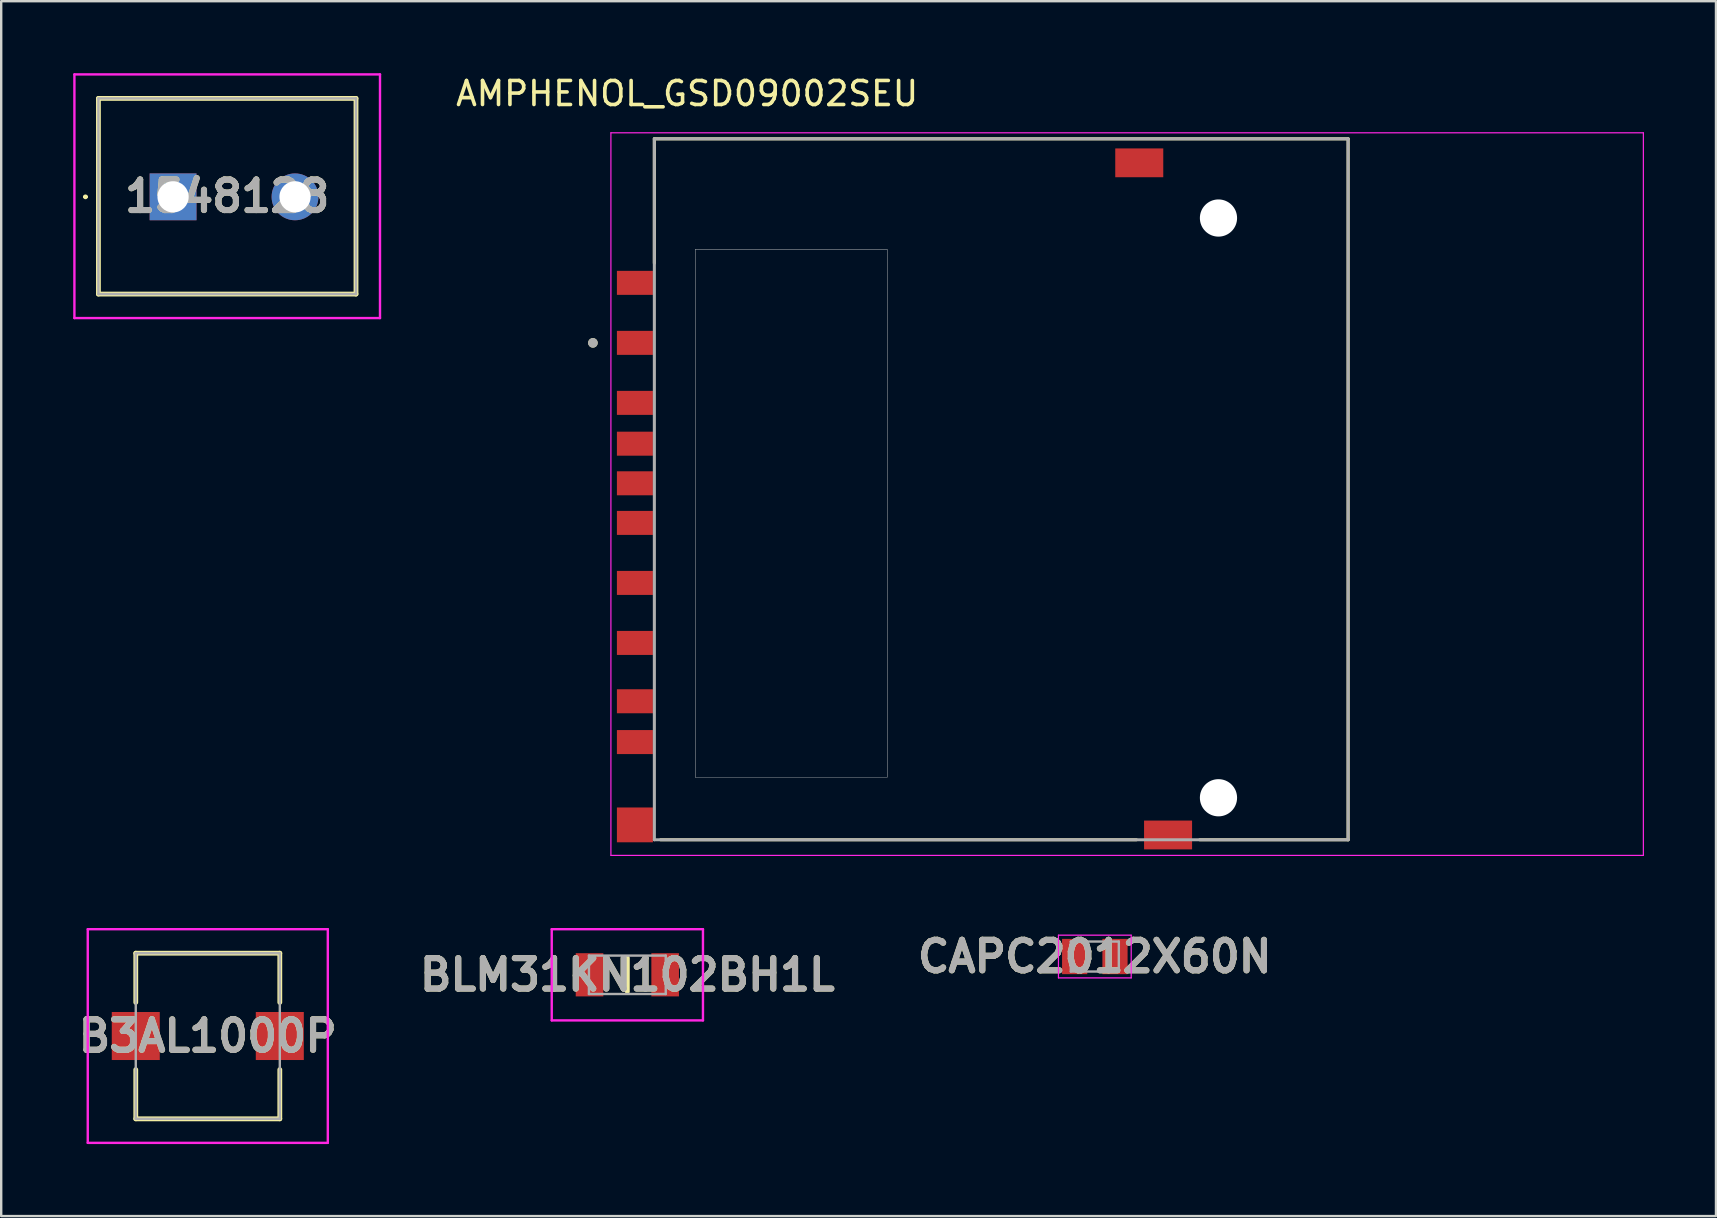
<source format=kicad_pcb>
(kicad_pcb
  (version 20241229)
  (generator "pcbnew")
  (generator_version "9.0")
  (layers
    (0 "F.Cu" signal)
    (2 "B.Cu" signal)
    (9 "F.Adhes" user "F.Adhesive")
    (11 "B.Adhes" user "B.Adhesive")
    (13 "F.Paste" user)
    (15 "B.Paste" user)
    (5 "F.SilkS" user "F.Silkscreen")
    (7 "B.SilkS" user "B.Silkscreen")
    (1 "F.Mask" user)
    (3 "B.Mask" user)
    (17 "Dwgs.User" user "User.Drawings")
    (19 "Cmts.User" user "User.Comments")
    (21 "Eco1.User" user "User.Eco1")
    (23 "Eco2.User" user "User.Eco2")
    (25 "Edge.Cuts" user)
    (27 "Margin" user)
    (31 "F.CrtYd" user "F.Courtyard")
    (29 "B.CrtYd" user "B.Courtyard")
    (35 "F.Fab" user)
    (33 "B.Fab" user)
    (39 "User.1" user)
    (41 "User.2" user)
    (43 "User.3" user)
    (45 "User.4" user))
  (footprint "B3AL1000P"
    (layer "F.Cu")
    (at 5.606 40.108)
    (property "Reference" "B3AL1000P" (at 0 0 0) (layer "F.SilkS") (effects (font (size 1.27 1.27) (thickness 0.254))))
    (attr smd)
    (fp_line (start -3 -3.45) (end -3 -1.4) (stroke (width 0.2) (type solid)) (layer "F.SilkS"))
    (fp_line (start -3 3.45) (end -3 1.4) (stroke (width 0.2) (type solid)) (layer "F.SilkS"))
    (fp_line (start 3 -3.45) (end -3 -3.45) (stroke (width 0.2) (type solid)) (layer "F.SilkS"))
    (fp_line (start 3 -1.4) (end 3 -3.45) (stroke (width 0.2) (type solid)) (layer "F.SilkS"))
    (fp_line (start 3 1.4) (end 3 3.45) (stroke (width 0.2) (type solid)) (layer "F.SilkS"))
    (fp_line (start 3 3.45) (end -3 3.45) (stroke (width 0.2) (type solid)) (layer "F.SilkS"))
    (fp_line (start 4.4 0) (end 4.4 0) (stroke (width 0.1) (type solid)) (layer "F.SilkS"))
    (fp_line (start 4.5 0) (end 4.5 0) (stroke (width 0.1) (type solid)) (layer "F.SilkS"))
    (fp_arc (start 4.4 0) (mid 4.45 -0.05) (end 4.5 0) (stroke (width 0.1) (type solid)) (layer "F.SilkS"))
    (fp_arc (start 4.5 0) (mid 4.45 0.05) (end 4.4 0) (stroke (width 0.1) (type solid)) (layer "F.SilkS"))
    (fp_line (start -5 -4.45) (end -5 4.45) (stroke (width 0.1) (type solid)) (layer "F.CrtYd"))
    (fp_line (start -5 4.45) (end 5 4.45) (stroke (width 0.1) (type solid)) (layer "F.CrtYd"))
    (fp_line (start 5 -4.45) (end -5 -4.45) (stroke (width 0.1) (type solid)) (layer "F.CrtYd"))
    (fp_line (start 5 4.45) (end 5 -4.45) (stroke (width 0.1) (type solid)) (layer "F.CrtYd"))
    (fp_line (start -3 -3.45) (end -3 3.45) (stroke (width 0.1) (type solid)) (layer "F.Fab"))
    (fp_line (start -3 3.45) (end 3 3.45) (stroke (width 0.1) (type solid)) (layer "F.Fab"))
    (fp_line (start 3 -3.45) (end -3 -3.45) (stroke (width 0.1) (type solid)) (layer "F.Fab"))
    (fp_line (start 3 3.45) (end 3 -3.45) (stroke (width 0.1) (type solid)) (layer "F.Fab"))
    (fp_text user "${REFERENCE}" (at 0 0 0) (layer "F.Fab") (effects (font (size 1.27 1.27) (thickness 0.254))))
    (pad "1" smd rect (at 3 0 90) (size 2 2) (layers "F.Cu" "F.Mask" "F.Paste"))
    (pad "2" smd rect (at -3 0 90) (size 2 2) (layers "F.Cu" "F.Mask" "F.Paste")))
  (footprint "1548128"
    (layer "F.Cu")
    (at 4.16 5.15)
    (property "Reference" "1548128" (at 2.255 -0.025 0) (layer "F.SilkS") (effects (font (size 1.27 1.27) (thickness 0.254))))
    (attr through_hole)
    (fp_line (start -3.7 0) (end -3.7 0) (stroke (width 0.1) (type solid)) (layer "F.SilkS"))
    (fp_line (start -3.6 0) (end -3.6 0) (stroke (width 0.1) (type solid)) (layer "F.SilkS"))
    (fp_line (start -3.11 -4.1) (end 7.62 -4.1) (stroke (width 0.2) (type solid)) (layer "F.SilkS"))
    (fp_line (start -3.11 4.05) (end -3.11 -4.1) (stroke (width 0.2) (type solid)) (layer "F.SilkS"))
    (fp_line (start 7.62 -4.1) (end 7.62 4.05) (stroke (width 0.2) (type solid)) (layer "F.SilkS"))
    (fp_line (start 7.62 4.05) (end -3.11 4.05) (stroke (width 0.2) (type solid)) (layer "F.SilkS"))
    (fp_arc (start -3.7 0) (mid -3.65 -0.05) (end -3.6 0) (stroke (width 0.1) (type solid)) (layer "F.SilkS"))
    (fp_arc (start -3.6 0) (mid -3.65 0.05) (end -3.7 0) (stroke (width 0.1) (type solid)) (layer "F.SilkS"))
    (fp_line (start -4.11 -5.1) (end 8.62 -5.1) (stroke (width 0.1) (type solid)) (layer "F.CrtYd"))
    (fp_line (start -4.11 5.05) (end -4.11 -5.1) (stroke (width 0.1) (type solid)) (layer "F.CrtYd"))
    (fp_line (start 8.62 -5.1) (end 8.62 5.05) (stroke (width 0.1) (type solid)) (layer "F.CrtYd"))
    (fp_line (start 8.62 5.05) (end -4.11 5.05) (stroke (width 0.1) (type solid)) (layer "F.CrtYd"))
    (fp_line (start -3.11 -4.1) (end 7.62 -4.1) (stroke (width 0.1) (type solid)) (layer "F.Fab"))
    (fp_line (start -3.11 4.05) (end -3.11 -4.1) (stroke (width 0.1) (type solid)) (layer "F.Fab"))
    (fp_line (start 7.62 -4.1) (end 7.62 4.05) (stroke (width 0.1) (type solid)) (layer "F.Fab"))
    (fp_line (start 7.62 4.05) (end -3.11 4.05) (stroke (width 0.1) (type solid)) (layer "F.Fab"))
    (fp_text user "${REFERENCE}" (at 2.255 -0.025 0) (layer "F.Fab") (effects (font (size 1.27 1.27) (thickness 0.254))))
    (pad "1" thru_hole rect (at 0 0) (size 1.95 1.95) (drill 1.3) (layers "*.Cu" "*.Mask"))
    (pad "2" thru_hole circle (at 5.08 0) (size 1.95 1.95) (drill 1.3) (layers "*.Cu" "*.Mask")))
  (footprint "CAPC2012X60N"
    (layer "F.Cu")
    (at 42.558 36.797)
    (property "Reference" "CAPC2012X60N" (at 0 0 0) (layer "F.SilkS") (effects (font (size 1.27 1.27) (thickness 0.254))))
    (attr smd)
    (fp_line (start -1.515 -0.89) (end 1.515 -0.89) (stroke (width 0.05) (type solid)) (layer "F.CrtYd"))
    (fp_line (start -1.515 0.89) (end -1.515 -0.89) (stroke (width 0.05) (type solid)) (layer "F.CrtYd"))
    (fp_line (start 1.515 -0.89) (end 1.515 0.89) (stroke (width 0.05) (type solid)) (layer "F.CrtYd"))
    (fp_line (start 1.515 0.89) (end -1.515 0.89) (stroke (width 0.05) (type solid)) (layer "F.CrtYd"))
    (fp_line (start -1 -0.625) (end 1 -0.625) (stroke (width 0.1) (type solid)) (layer "F.Fab"))
    (fp_line (start -1 0.625) (end -1 -0.625) (stroke (width 0.1) (type solid)) (layer "F.Fab"))
    (fp_line (start 1 -0.625) (end 1 0.625) (stroke (width 0.1) (type solid)) (layer "F.Fab"))
    (fp_line (start 1 0.625) (end -1 0.625) (stroke (width 0.1) (type solid)) (layer "F.Fab"))
    (fp_text user "${REFERENCE}" (at 0 0 0) (layer "F.Fab") (effects (font (size 1.27 1.27) (thickness 0.254))))
    (pad "1" smd rect (at -0.84 0) (size 1.05 1.47) (layers "F.Cu" "F.Mask" "F.Paste"))
    (pad "2" smd rect (at 0.84 0) (size 1.05 1.47) (layers "F.Cu" "F.Mask" "F.Paste")))
  (footprint "BLM31KN102BH1L"
    (layer "F.Cu")
    (at 23.084 37.558)
    (property "Reference" "BLM31KN102BH1L" (at 0 0 0) (layer "F.SilkS") (effects (font (size 1.27 1.27) (thickness 0.254))))
    (attr smd)
    (fp_line (start 0 -0.7) (end 0 0.7) (stroke (width 0.2) (type solid)) (layer "F.SilkS"))
    (fp_line (start -3.15 -1.9) (end 3.15 -1.9) (stroke (width 0.1) (type solid)) (layer "F.CrtYd"))
    (fp_line (start -3.15 1.9) (end -3.15 -1.9) (stroke (width 0.1) (type solid)) (layer "F.CrtYd"))
    (fp_line (start 3.15 -1.9) (end 3.15 1.9) (stroke (width 0.1) (type solid)) (layer "F.CrtYd"))
    (fp_line (start 3.15 1.9) (end -3.15 1.9) (stroke (width 0.1) (type solid)) (layer "F.CrtYd"))
    (fp_line (start -1.6 -0.8) (end 1.6 -0.8) (stroke (width 0.1) (type solid)) (layer "F.Fab"))
    (fp_line (start -1.6 0.8) (end -1.6 -0.8) (stroke (width 0.1) (type solid)) (layer "F.Fab"))
    (fp_line (start 1.6 -0.8) (end 1.6 0.8) (stroke (width 0.1) (type solid)) (layer "F.Fab"))
    (fp_line (start 1.6 0.8) (end -1.6 0.8) (stroke (width 0.1) (type solid)) (layer "F.Fab"))
    (fp_text user "${REFERENCE}" (at 0 0 0) (layer "F.Fab") (effects (font (size 1.27 1.27) (thickness 0.254))))
    (pad "1" smd rect (at -1.575 0) (size 1.15 1.8) (layers "F.Cu" "F.Mask" "F.Paste"))
    (pad "2" smd rect (at 1.575 0) (size 1.15 1.8) (layers "F.Cu" "F.Mask" "F.Paste")))
  (footprint "AMPHENOL_GSD09002SEU"
    (layer "F.Cu")
    (at 47.709 17.333)
    (property "Reference" "AMPHENOL_GSD09002SEU" (at -22.135 -16.485 0) (layer "F.SilkS") (effects (font (size 1 1) (thickness 0.15))))
    (attr smd)
    (fp_line (start -23.5 -14.6) (end 5.4 -14.6) (stroke (width 0.127) (type solid)) (layer "F.SilkS"))
    (fp_line (start -23.5 -9.42) (end -23.5 -14.6) (stroke (width 0.127) (type solid)) (layer "F.SilkS"))
    (fp_line (start -23.24 14.6) (end -3.42 14.6) (stroke (width 0.127) (type solid)) (layer "F.SilkS"))
    (fp_line (start 5.4 -14.6) (end 5.4 14.6) (stroke (width 0.127) (type solid)) (layer "F.SilkS"))
    (fp_line (start 5.4 14.6) (end -0.78 14.6) (stroke (width 0.127) (type solid)) (layer "F.SilkS"))
    (fp_circle (center -26.06 -6.1) (end -25.96 -6.1) (stroke (width 0.2) (type solid)) (fill no) (layer "F.SilkS"))
    (fp_poly (pts (xy -21.8 -10) (xy -13.8 -10) (xy -13.8 12) (xy -21.8 12)) (stroke (width 0.01) (type solid)) (fill no) (layer "Dwgs.User"))
    (fp_poly (pts (xy -21.8 -10) (xy -13.8 -10) (xy -13.8 12) (xy -21.8 12)) (stroke (width 0.01) (type solid)) (fill no) (layer "Dwgs.User"))
    (fp_line (start -25.31 -14.85) (end -25.31 15.25) (stroke (width 0.05) (type solid)) (layer "F.CrtYd"))
    (fp_line (start -25.31 15.25) (end 17.7 15.25) (stroke (width 0.05) (type solid)) (layer "F.CrtYd"))
    (fp_line (start 17.7 -14.85) (end -25.31 -14.85) (stroke (width 0.05) (type solid)) (layer "F.CrtYd"))
    (fp_line (start 17.7 15.25) (end 17.7 -14.85) (stroke (width 0.05) (type solid)) (layer "F.CrtYd"))
    (fp_line (start -23.5 -14.6) (end 5.4 -14.6) (stroke (width 0.127) (type solid)) (layer "F.Fab"))
    (fp_line (start -23.5 14.6) (end -23.5 -14.6) (stroke (width 0.127) (type solid)) (layer "F.Fab"))
    (fp_line (start 5.4 -14.6) (end 5.4 14.6) (stroke (width 0.127) (type solid)) (layer "F.Fab"))
    (fp_line (start 5.4 14.6) (end -23.5 14.6) (stroke (width 0.127) (type solid)) (layer "F.Fab"))
    (fp_circle (center -26.06 -6.1) (end -25.96 -6.1) (stroke (width 0.2) (type solid)) (fill no) (layer "F.Fab"))
    (pad "" np_thru_hole circle (at 0 -11.3) (size 1.55 1.55) (drill 1.55) (layers "*.Cu" "*.Mask"))
    (pad "" np_thru_hole circle (at 0 12.85) (size 1.55 1.55) (drill 1.55) (layers "*.Cu" "*.Mask"))
    (pad "1" smd rect (at -24.31 -6.1) (size 1.5 1) (layers "F.Cu" "F.Mask" "F.Paste"))
    (pad "2" smd rect (at -24.31 -3.6) (size 1.5 1) (layers "F.Cu" "F.Mask" "F.Paste"))
    (pad "3" smd rect (at -24.31 -0.25) (size 1.5 1) (layers "F.Cu" "F.Mask" "F.Paste"))
    (pad "4" smd rect (at -24.31 1.4) (size 1.5 1) (layers "F.Cu" "F.Mask" "F.Paste"))
    (pad "5" smd rect (at -24.31 3.9) (size 1.5 1) (layers "F.Cu" "F.Mask" "F.Paste"))
    (pad "6" smd rect (at -24.31 6.4) (size 1.5 1) (layers "F.Cu" "F.Mask" "F.Paste"))
    (pad "7" smd rect (at -24.31 8.83) (size 1.5 1) (layers "F.Cu" "F.Mask" "F.Paste"))
    (pad "8" smd rect (at -24.31 10.53) (size 1.5 1) (layers "F.Cu" "F.Mask" "F.Paste"))
    (pad "9" smd rect (at -24.31 -8.6) (size 1.5 1) (layers "F.Cu" "F.Mask" "F.Paste"))
    (pad "10" smd rect (at -24.31 13.98) (size 1.5 1.45) (layers "F.Cu" "F.Mask" "F.Paste"))
    (pad "11" smd rect (at -24.31 -1.9) (size 1.5 1) (layers "F.Cu" "F.Mask" "F.Paste"))
    (pad "12" smd rect (at -2.1 14.4) (size 2 1.2) (layers "F.Cu" "F.Mask" "F.Paste"))
    (pad "13" smd rect (at -3.3 -13.6) (size 2 1.2) (layers "F.Cu" "F.Mask" "F.Paste")))
  (gr_rect
    (start -3 -3)
    (end 68.434 47.608)
    (stroke (width 0.1) (type default))
    (fill no)
    (layer "Edge.Cuts")))
</source>
